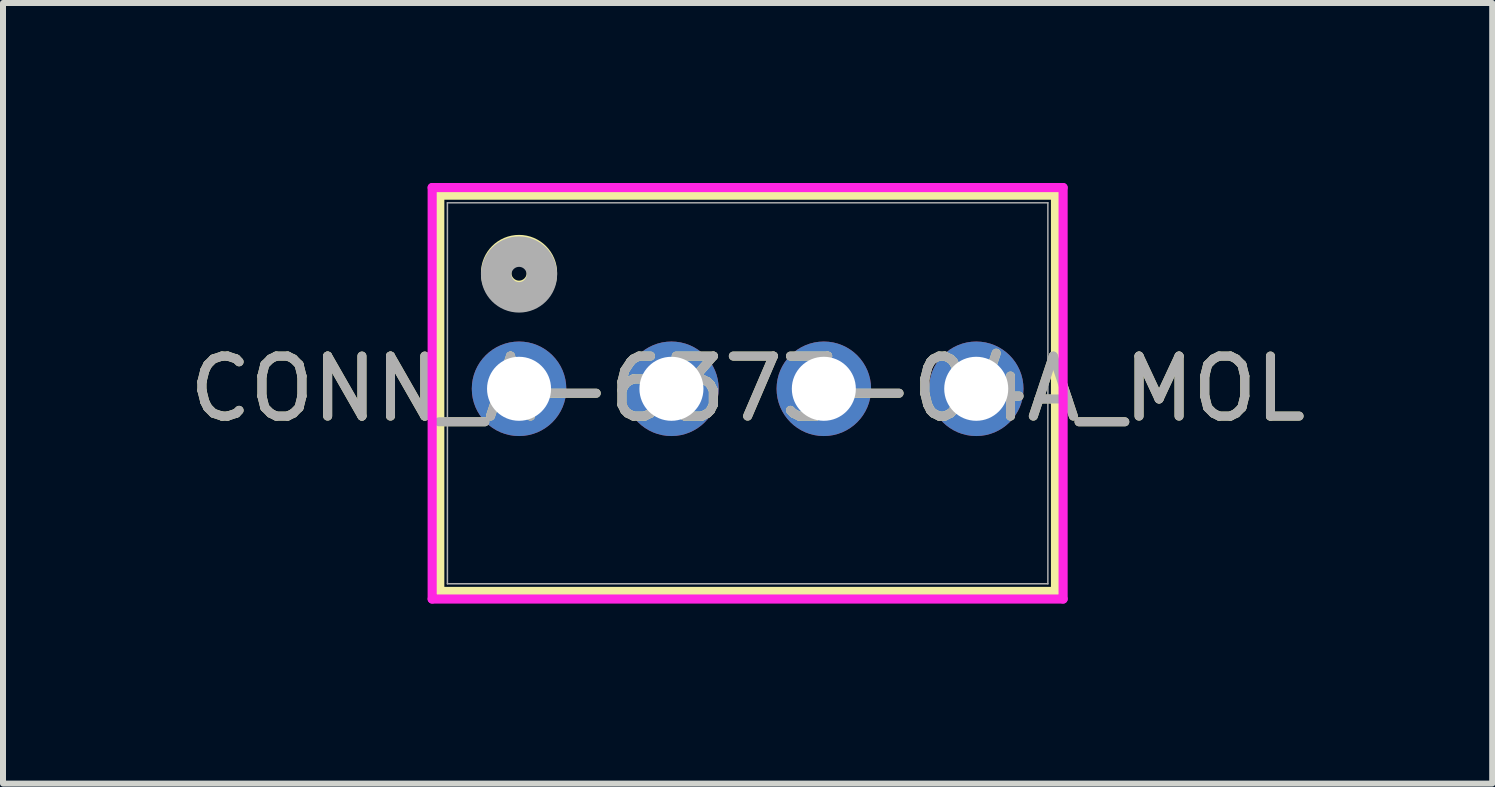
<source format=kicad_pcb>
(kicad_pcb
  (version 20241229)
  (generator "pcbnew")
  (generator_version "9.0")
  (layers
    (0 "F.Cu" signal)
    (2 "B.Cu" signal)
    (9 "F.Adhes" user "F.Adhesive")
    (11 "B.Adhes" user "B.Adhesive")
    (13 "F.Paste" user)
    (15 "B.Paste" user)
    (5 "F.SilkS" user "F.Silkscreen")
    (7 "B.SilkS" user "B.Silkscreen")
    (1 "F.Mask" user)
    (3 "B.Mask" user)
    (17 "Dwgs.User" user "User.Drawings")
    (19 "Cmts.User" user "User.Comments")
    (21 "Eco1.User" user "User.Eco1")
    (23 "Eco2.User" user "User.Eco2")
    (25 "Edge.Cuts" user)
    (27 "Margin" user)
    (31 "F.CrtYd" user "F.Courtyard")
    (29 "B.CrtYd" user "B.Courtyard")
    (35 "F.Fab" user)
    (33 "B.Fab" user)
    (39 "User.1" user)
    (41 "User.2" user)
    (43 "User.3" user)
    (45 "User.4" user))
  (footprint "CONN_A-6373-04A_MOL"
    (layer "F.Cu")
    (at 5.601 3.43)
    (property "Reference" "CONN_A-6373-04A_MOL" (at 3.81 0 0) (unlocked yes) (layer "F.SilkS") (effects (font (size 1 1) (thickness 0.15))))
    (attr through_hole)
    (fp_line (start -1.321 -3.227) (end -1.321 3.377) (stroke (width 0.152) (type solid)) (layer "F.SilkS"))
    (fp_line (start -1.321 3.377) (end 8.941 3.377) (stroke (width 0.152) (type solid)) (layer "F.SilkS"))
    (fp_line (start 8.941 -3.227) (end -1.321 -3.227) (stroke (width 0.152) (type solid)) (layer "F.SilkS"))
    (fp_line (start 8.941 3.377) (end 8.941 -3.227) (stroke (width 0.152) (type solid)) (layer "F.SilkS"))
    (fp_circle (center 0 -1.93) (end 0.381 -1.93) (stroke (width 0.508) (type solid)) (fill no) (layer "F.SilkS"))
    (fp_line (start -1.448 -3.354) (end -1.448 3.504) (stroke (width 0.152) (type solid)) (layer "F.CrtYd"))
    (fp_line (start -1.448 3.504) (end 9.068 3.504) (stroke (width 0.152) (type solid)) (layer "F.CrtYd"))
    (fp_line (start 9.068 -3.354) (end -1.448 -3.354) (stroke (width 0.152) (type solid)) (layer "F.CrtYd"))
    (fp_line (start 9.068 3.504) (end 9.068 -3.354) (stroke (width 0.152) (type solid)) (layer "F.CrtYd"))
    (fp_line (start -1.194 -3.1) (end -1.194 3.25) (stroke (width 0.025) (type solid)) (layer "F.Fab"))
    (fp_line (start -1.194 3.25) (end 8.814 3.25) (stroke (width 0.025) (type solid)) (layer "F.Fab"))
    (fp_line (start 8.814 -3.1) (end -1.194 -3.1) (stroke (width 0.025) (type solid)) (layer "F.Fab"))
    (fp_line (start 8.814 3.25) (end 8.814 -3.1) (stroke (width 0.025) (type solid)) (layer "F.Fab"))
    (fp_circle (center 0 -1.905) (end 0.381 -1.905) (stroke (width 0.508) (type solid)) (fill no) (layer "F.Fab"))
    (fp_text user "${REFERENCE}" (at 3.81 0 0) (unlocked yes) (layer "F.Fab") (effects (font (size 1 1) (thickness 0.15))))
    (pad "1" thru_hole circle (at 0 0) (size 1.575 1.575) (drill 1.067) (layers "*.Cu" "*.Mask"))
    (pad "2" thru_hole circle (at 2.54 0) (size 1.575 1.575) (drill 1.067) (layers "*.Cu" "*.Mask"))
    (pad "3" thru_hole circle (at 5.08 0) (size 1.575 1.575) (drill 1.067) (layers "*.Cu" "*.Mask"))
    (pad "4" thru_hole circle (at 7.62 0) (size 1.575 1.575) (drill 1.067) (layers "*.Cu" "*.Mask")))
  (gr_rect
    (start -3 -3)
    (end 21.821 10.01)
    (stroke (width 0.1) (type default))
    (fill no)
    (layer "Edge.Cuts")))
</source>
